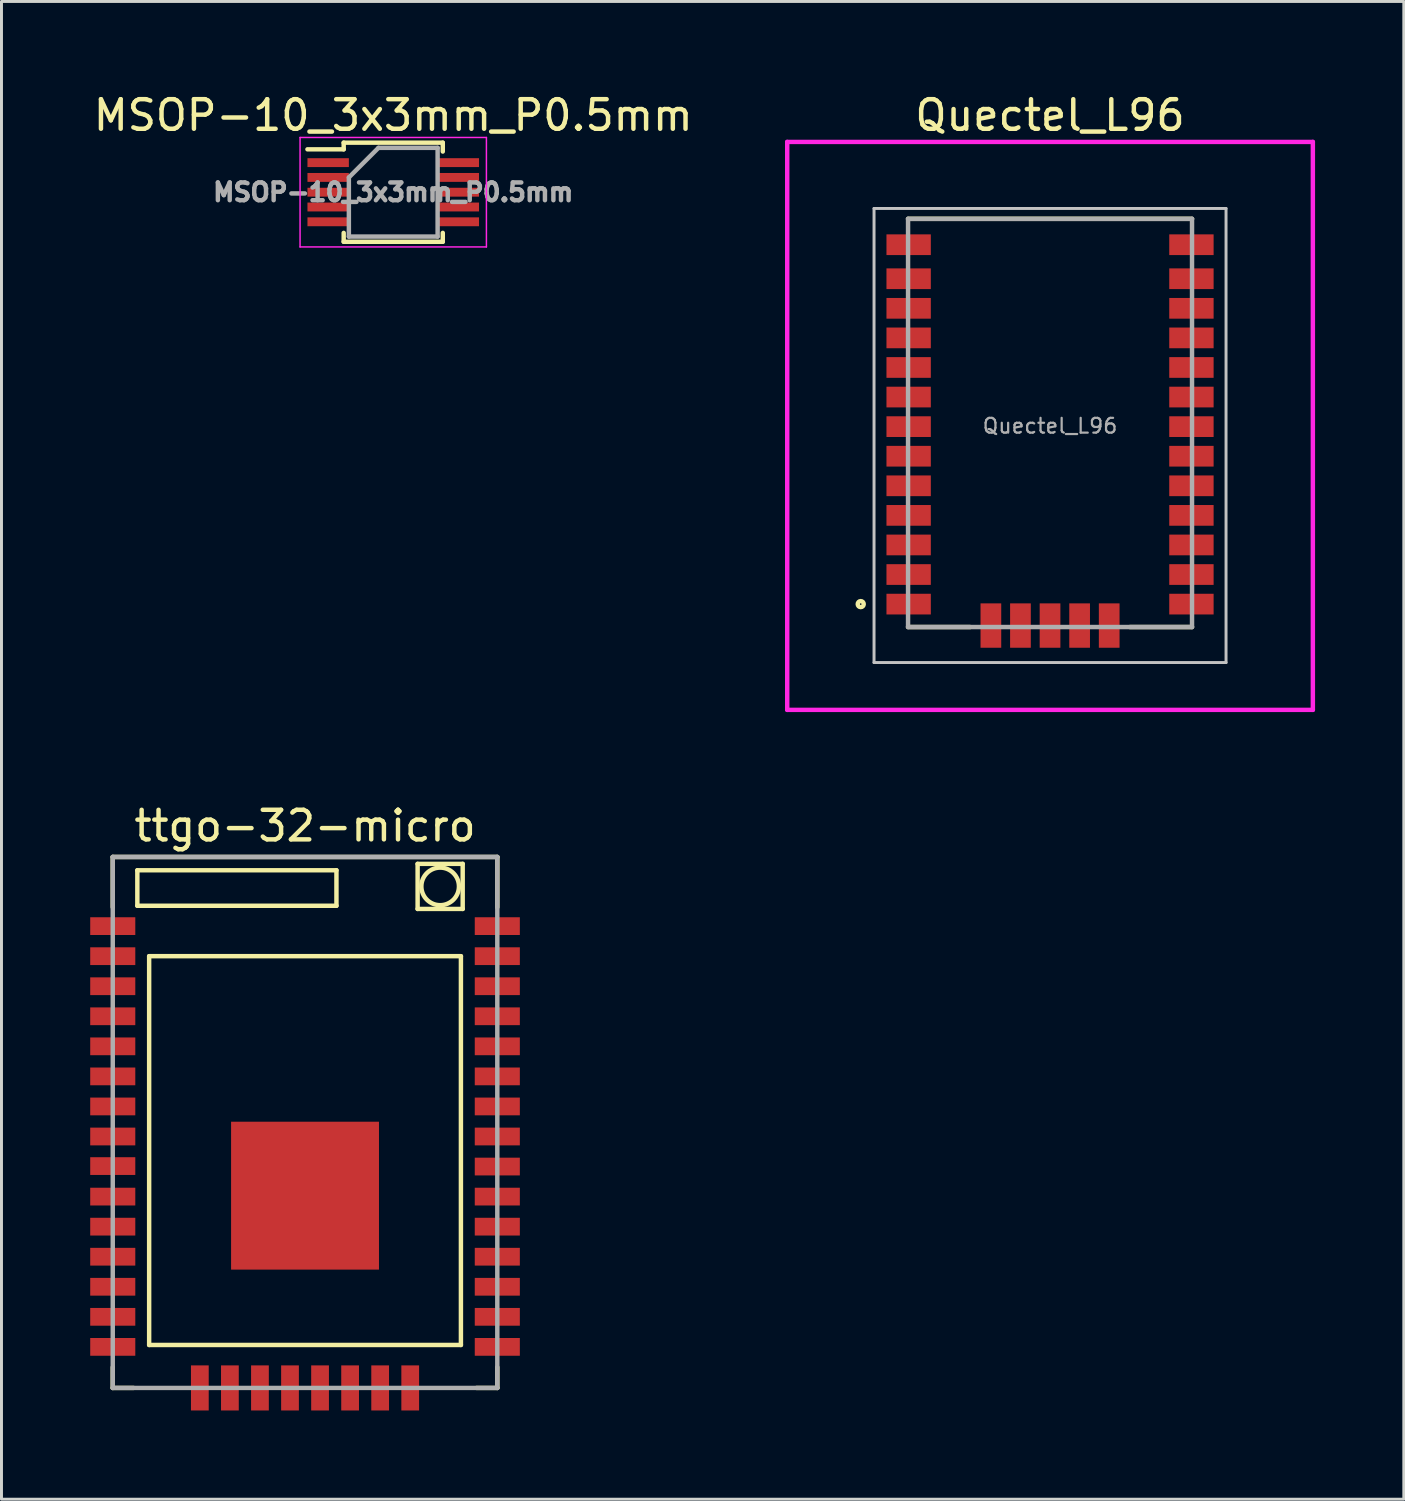
<source format=kicad_pcb>
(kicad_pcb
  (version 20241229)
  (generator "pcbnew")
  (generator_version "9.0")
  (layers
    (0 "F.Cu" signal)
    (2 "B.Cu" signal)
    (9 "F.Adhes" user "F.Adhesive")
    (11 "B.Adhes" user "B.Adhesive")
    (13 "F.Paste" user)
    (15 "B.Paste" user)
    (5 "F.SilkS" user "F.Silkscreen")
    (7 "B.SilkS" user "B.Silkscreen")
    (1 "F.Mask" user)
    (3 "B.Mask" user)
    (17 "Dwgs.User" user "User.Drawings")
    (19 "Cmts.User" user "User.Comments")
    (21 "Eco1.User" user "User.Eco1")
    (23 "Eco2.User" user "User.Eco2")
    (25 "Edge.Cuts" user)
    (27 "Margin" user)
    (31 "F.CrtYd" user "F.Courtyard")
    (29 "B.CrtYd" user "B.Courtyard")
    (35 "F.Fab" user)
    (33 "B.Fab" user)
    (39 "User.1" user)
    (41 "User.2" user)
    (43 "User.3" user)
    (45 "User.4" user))
  (footprint "ttgo-32-micro"
    (layer "F.Cu")
    (at 7.262 35.371)
    (property "Reference" "ttgo-32-micro" (at 0 -10.5 0) (layer "F.SilkS") (effects (font (size 1 1) (thickness 0.15))))
    (attr through_hole)
    (fp_line (start -6.5 -9.45) (end 6.5 -9.45) (stroke (width 0.15) (type solid)) (layer "F.SilkS"))
    (fp_line (start -6.5 -7.75) (end -6.5 -9.45) (stroke (width 0.15) (type solid)) (layer "F.SilkS"))
    (fp_line (start -6.5 7.8) (end -6.5 8.5) (stroke (width 0.15) (type solid)) (layer "F.SilkS"))
    (fp_line (start -5.8 8.5) (end -6.5 8.5) (stroke (width 0.15) (type solid)) (layer "F.SilkS"))
    (fp_line (start -5.669 -9) (end -5.669 -7.8) (stroke (width 0.15) (type solid)) (layer "F.SilkS"))
    (fp_line (start -5.669 -7.8) (end 1.062 -7.8) (stroke (width 0.15) (type solid)) (layer "F.SilkS"))
    (fp_line (start -5.27 -6.096) (end 5.27 -6.096) (stroke (width 0.15) (type solid)) (layer "F.SilkS"))
    (fp_line (start -5.27 7.048) (end -5.27 -6.096) (stroke (width 0.15) (type solid)) (layer "F.SilkS"))
    (fp_line (start 1.062 -9) (end -5.669 -9) (stroke (width 0.15) (type solid)) (layer "F.SilkS"))
    (fp_line (start 1.062 -7.8) (end 1.062 -9) (stroke (width 0.15) (type solid)) (layer "F.SilkS"))
    (fp_line (start 3.806 -9.217) (end 5.33 -9.217) (stroke (width 0.15) (type solid)) (layer "F.SilkS"))
    (fp_line (start 3.806 -7.693) (end 3.806 -9.217) (stroke (width 0.15) (type solid)) (layer "F.SilkS"))
    (fp_line (start 5.27 -6.096) (end 5.27 7.048) (stroke (width 0.15) (type solid)) (layer "F.SilkS"))
    (fp_line (start 5.27 7.048) (end -5.27 7.048) (stroke (width 0.15) (type solid)) (layer "F.SilkS"))
    (fp_line (start 5.33 -9.217) (end 5.33 -7.693) (stroke (width 0.15) (type solid)) (layer "F.SilkS"))
    (fp_line (start 5.33 -7.693) (end 3.806 -7.693) (stroke (width 0.15) (type solid)) (layer "F.SilkS"))
    (fp_line (start 5.8 8.5) (end 6.5 8.5) (stroke (width 0.15) (type solid)) (layer "F.SilkS"))
    (fp_line (start 6.5 -7.75) (end 6.5 -9.45) (stroke (width 0.15) (type solid)) (layer "F.SilkS"))
    (fp_line (start 6.5 7.8) (end 6.5 8.5) (stroke (width 0.15) (type solid)) (layer "F.SilkS"))
    (fp_circle (center 4.568 -8.455) (end 5.076 -8.074) (stroke (width 0.15) (type solid)) (fill no) (layer "F.SilkS"))
    (fp_poly (pts (xy -0.2 1.8) (xy -2 1.8) (xy -2 0) (xy -0.2 0)) (stroke (width 0.1) (type solid)) (fill yes) (layer "F.Paste"))
    (fp_poly (pts (xy -0.2 4.1) (xy -2 4.1) (xy -2 2.3) (xy -0.2 2.3)) (stroke (width 0.1) (type solid)) (fill yes) (layer "F.Paste"))
    (fp_poly (pts (xy 2.1 1.8) (xy 0.3 1.8) (xy 0.3 0) (xy 2.1 0)) (stroke (width 0.1) (type solid)) (fill yes) (layer "F.Paste"))
    (fp_poly (pts (xy 2.1 4.1) (xy 0.3 4.1) (xy 0.3 2.3) (xy 2.1 2.3)) (stroke (width 0.1) (type solid)) (fill yes) (layer "F.Paste"))
    (fp_line (start -6.5 -9.45) (end -6.5 8.5) (stroke (width 0.15) (type solid)) (layer "F.Fab"))
    (fp_line (start -6.5 -9.45) (end 6.5 -9.45) (stroke (width 0.15) (type solid)) (layer "F.Fab"))
    (fp_line (start -6.5 8.5) (end 6.5 8.5) (stroke (width 0.15) (type solid)) (layer "F.Fab"))
    (fp_line (start 6.5 -9.45) (end 6.5 8.5) (stroke (width 0.15) (type solid)) (layer "F.Fab"))
    (pad "1" smd rect (at -6.5 -7.112) (size 1.524 0.6) (layers "F.Cu" "F.Mask" "F.Paste"))
    (pad "2" smd rect (at -6.5 -6.096) (size 1.524 0.6) (layers "F.Cu" "F.Mask" "F.Paste"))
    (pad "3" smd rect (at -6.5 -5.08) (size 1.524 0.6) (layers "F.Cu" "F.Mask" "F.Paste"))
    (pad "4" smd rect (at -6.5 -4.064) (size 1.524 0.6) (layers "F.Cu" "F.Mask" "F.Paste"))
    (pad "5" smd rect (at -6.5 -3.048) (size 1.524 0.6) (layers "F.Cu" "F.Mask" "F.Paste"))
    (pad "6" smd rect (at -6.5 -2.032) (size 1.524 0.6) (layers "F.Cu" "F.Mask" "F.Paste"))
    (pad "7" smd rect (at -6.5 -1.016) (size 1.524 0.6) (layers "F.Cu" "F.Mask" "F.Paste"))
    (pad "8" smd rect (at -6.5 0) (size 1.524 0.6) (layers "F.Cu" "F.Mask" "F.Paste"))
    (pad "9" smd rect (at -6.5 1) (size 1.524 0.6) (layers "F.Cu" "F.Mask" "F.Paste"))
    (pad "10" smd rect (at -6.5 2.032) (size 1.524 0.6) (layers "F.Cu" "F.Mask" "F.Paste"))
    (pad "11" smd rect (at -6.5 3.048) (size 1.524 0.6) (layers "F.Cu" "F.Mask" "F.Paste"))
    (pad "12" smd rect (at -6.5 4.064) (size 1.524 0.6) (layers "F.Cu" "F.Mask" "F.Paste"))
    (pad "13" smd rect (at -6.5 5.08) (size 1.524 0.6) (layers "F.Cu" "F.Mask" "F.Paste"))
    (pad "14" smd rect (at -6.5 6.096) (size 1.524 0.6) (layers "F.Cu" "F.Mask" "F.Paste"))
    (pad "15" smd rect (at -6.5 7.112) (size 1.524 0.6) (layers "F.Cu" "F.Mask" "F.Paste"))
    (pad "16" smd rect (at -3.556 8.5 90) (size 1.524 0.6) (layers "F.Cu" "F.Mask" "F.Paste"))
    (pad "17" smd rect (at -2.54 8.5 90) (size 1.524 0.6) (layers "F.Cu" "F.Mask" "F.Paste"))
    (pad "18" smd rect (at -1.524 8.5 90) (size 1.524 0.6) (layers "F.Cu" "F.Mask" "F.Paste"))
    (pad "19" smd rect (at -0.508 8.5 90) (size 1.524 0.6) (layers "F.Cu" "F.Mask" "F.Paste"))
    (pad "20" smd rect (at 0.508 8.5 90) (size 1.524 0.6) (layers "F.Cu" "F.Mask" "F.Paste"))
    (pad "21" smd rect (at 1.524 8.5 90) (size 1.524 0.6) (layers "F.Cu" "F.Mask" "F.Paste"))
    (pad "22" smd rect (at 2.54 8.5 90) (size 1.524 0.6) (layers "F.Cu" "F.Mask" "F.Paste"))
    (pad "23" smd rect (at 3.556 8.5 90) (size 1.524 0.6) (layers "F.Cu" "F.Mask" "F.Paste"))
    (pad "24" smd rect (at 6.5 7.112) (size 1.524 0.6) (layers "F.Cu" "F.Mask" "F.Paste"))
    (pad "25" smd rect (at 6.5 6.096) (size 1.524 0.6) (layers "F.Cu" "F.Mask" "F.Paste"))
    (pad "26" smd rect (at 6.5 5.08) (size 1.524 0.6) (layers "F.Cu" "F.Mask" "F.Paste"))
    (pad "27" smd rect (at 6.5 4.064) (size 1.524 0.6) (layers "F.Cu" "F.Mask" "F.Paste"))
    (pad "28" smd rect (at 6.5 3.048) (size 1.524 0.6) (layers "F.Cu" "F.Mask" "F.Paste"))
    (pad "29" smd rect (at 6.5 2.032) (size 1.524 0.6) (layers "F.Cu" "F.Mask" "F.Paste"))
    (pad "30" smd rect (at 6.5 1.016) (size 1.524 0.6) (layers "F.Cu" "F.Mask" "F.Paste"))
    (pad "31" smd rect (at 6.5 0) (size 1.524 0.6) (layers "F.Cu" "F.Mask" "F.Paste"))
    (pad "32" smd rect (at 6.5 -1.016) (size 1.524 0.6) (layers "F.Cu" "F.Mask" "F.Paste"))
    (pad "33" smd rect (at 6.5 -2.032) (size 1.524 0.6) (layers "F.Cu" "F.Mask" "F.Paste"))
    (pad "34" smd rect (at 6.5 -3.048) (size 1.524 0.6) (layers "F.Cu" "F.Mask" "F.Paste"))
    (pad "35" smd rect (at 6.5 -4.064) (size 1.524 0.6) (layers "F.Cu" "F.Mask" "F.Paste"))
    (pad "36" smd rect (at 6.5 -5.08) (size 1.524 0.6) (layers "F.Cu" "F.Mask" "F.Paste"))
    (pad "37" smd rect (at 6.5 -6.096) (size 1.524 0.6) (layers "F.Cu" "F.Mask" "F.Paste"))
    (pad "38" smd rect (at 6.5 -7.112) (size 1.524 0.6) (layers "F.Cu" "F.Mask" "F.Paste"))
    (pad "EP" smd rect (at 0 2) (size 5 5) (layers "F.Cu" "F.Mask")))
  (footprint "MSOP-10_3x3mm_P0.5mm"
    (layer "F.Cu")
    (at 10.244 3.448)
    (property "Reference" "MSOP-10_3x3mm_P0.5mm" (at 0 -2.6 0) (layer "F.SilkS") (effects (font (size 1 1) (thickness 0.15))))
    (attr smd)
    (fp_line (start -1.675 -1.675) (end -1.675 -1.45) (stroke (width 0.15) (type solid)) (layer "F.SilkS"))
    (fp_line (start -1.675 -1.675) (end 1.675 -1.675) (stroke (width 0.15) (type solid)) (layer "F.SilkS"))
    (fp_line (start -1.675 -1.45) (end -2.9 -1.45) (stroke (width 0.15) (type solid)) (layer "F.SilkS"))
    (fp_line (start -1.675 1.675) (end -1.675 1.375) (stroke (width 0.15) (type solid)) (layer "F.SilkS"))
    (fp_line (start -1.675 1.675) (end 1.675 1.675) (stroke (width 0.15) (type solid)) (layer "F.SilkS"))
    (fp_line (start 1.675 -1.675) (end 1.675 -1.375) (stroke (width 0.15) (type solid)) (layer "F.SilkS"))
    (fp_line (start 1.675 1.675) (end 1.675 1.375) (stroke (width 0.15) (type solid)) (layer "F.SilkS"))
    (fp_line (start -3.15 -1.85) (end -3.15 1.85) (stroke (width 0.05) (type solid)) (layer "F.CrtYd"))
    (fp_line (start -3.15 -1.85) (end 3.15 -1.85) (stroke (width 0.05) (type solid)) (layer "F.CrtYd"))
    (fp_line (start -3.15 1.85) (end 3.15 1.85) (stroke (width 0.05) (type solid)) (layer "F.CrtYd"))
    (fp_line (start 3.15 -1.85) (end 3.15 1.85) (stroke (width 0.05) (type solid)) (layer "F.CrtYd"))
    (fp_line (start -1.5 -0.5) (end -0.5 -1.5) (stroke (width 0.15) (type solid)) (layer "F.Fab"))
    (fp_line (start -1.5 1.5) (end -1.5 -0.5) (stroke (width 0.15) (type solid)) (layer "F.Fab"))
    (fp_line (start -0.5 -1.5) (end 1.5 -1.5) (stroke (width 0.15) (type solid)) (layer "F.Fab"))
    (fp_line (start 1.5 -1.5) (end 1.5 1.5) (stroke (width 0.15) (type solid)) (layer "F.Fab"))
    (fp_line (start 1.5 1.5) (end -1.5 1.5) (stroke (width 0.15) (type solid)) (layer "F.Fab"))
    (fp_text user "${REFERENCE}" (at 0 0 0) (layer "F.Fab") (effects (font (size 0.6 0.6) (thickness 0.15))))
    (pad "1" smd rect (at -2.2 -1) (size 1.4 0.3) (layers "F.Cu" "F.Mask" "F.Paste"))
    (pad "2" smd rect (at -2.2 -0.5) (size 1.4 0.3) (layers "F.Cu" "F.Mask" "F.Paste"))
    (pad "3" smd rect (at -2.2 0) (size 1.4 0.3) (layers "F.Cu" "F.Mask" "F.Paste"))
    (pad "4" smd rect (at -2.2 0.5) (size 1.4 0.3) (layers "F.Cu" "F.Mask" "F.Paste"))
    (pad "5" smd rect (at -2.2 1) (size 1.4 0.3) (layers "F.Cu" "F.Mask" "F.Paste"))
    (pad "6" smd rect (at 2.2 1) (size 1.4 0.3) (layers "F.Cu" "F.Mask" "F.Paste"))
    (pad "7" smd rect (at 2.2 0.5) (size 1.4 0.3) (layers "F.Cu" "F.Mask" "F.Paste"))
    (pad "8" smd rect (at 2.2 0) (size 1.4 0.3) (layers "F.Cu" "F.Mask" "F.Paste"))
    (pad "9" smd rect (at 2.2 -0.5) (size 1.4 0.3) (layers "F.Cu" "F.Mask" "F.Paste"))
    (pad "10" smd rect (at 2.2 -1) (size 1.4 0.3) (layers "F.Cu" "F.Mask" "F.Paste")))
  (footprint "Quectel_L96"
    (layer "F.Cu")
    (at 32.448 11.348)
    (property "Reference" "Quectel_L96" (at 0 -10.5 0) (layer "F.SilkS") (effects (font (size 1 1) (thickness 0.15))))
    (attr smd)
    (fp_line (start -4.8 -7) (end 4.8 -7) (stroke (width 0.15) (type solid)) (layer "F.SilkS"))
    (fp_line (start -4.8 6.8) (end -2.7 6.8) (stroke (width 0.15) (type solid)) (layer "F.SilkS"))
    (fp_line (start 2.7 6.8) (end 4.8 6.8) (stroke (width 0.15) (type solid)) (layer "F.SilkS"))
    (fp_circle (center -6.4 6.025) (end -6.298 6.025) (stroke (width 0.15) (type solid)) (fill no) (layer "F.SilkS"))
    (fp_line (start -5.95 -7.35) (end 5.95 -7.35) (stroke (width 0.1) (type solid)) (layer "Dwgs.User"))
    (fp_line (start -5.95 8) (end -5.95 -7.35) (stroke (width 0.1) (type solid)) (layer "Dwgs.User"))
    (fp_line (start -5.95 8) (end 5.95 8) (stroke (width 0.1) (type solid)) (layer "Dwgs.User"))
    (fp_line (start 5.95 8) (end 5.95 -7.35) (stroke (width 0.1) (type solid)) (layer "Dwgs.User"))
    (fp_line (start -8.885 -9.6) (end 8.885 -9.6) (stroke (width 0.15) (type solid)) (layer "F.CrtYd"))
    (fp_line (start -8.885 9.6) (end -8.885 -9.6) (stroke (width 0.15) (type solid)) (layer "F.CrtYd"))
    (fp_line (start -8.885 9.6) (end 8.885 9.6) (stroke (width 0.15) (type solid)) (layer "F.CrtYd"))
    (fp_line (start 8.885 9.6) (end 8.885 -9.6) (stroke (width 0.15) (type solid)) (layer "F.CrtYd"))
    (fp_line (start -4.8 -7) (end 4.8 -7) (stroke (width 0.15) (type solid)) (layer "F.Fab"))
    (fp_line (start -4.8 6.8) (end -4.8 -7) (stroke (width 0.15) (type solid)) (layer "F.Fab"))
    (fp_line (start -4.8 6.8) (end 4.8 6.8) (stroke (width 0.15) (type solid)) (layer "F.Fab"))
    (fp_line (start 4.8 6.8) (end 4.8 -7) (stroke (width 0.15) (type solid)) (layer "F.Fab"))
    (fp_text user "${REFERENCE}" (at 0 0 0) (layer "F.Fab") (effects (font (size 0.5 0.5) (thickness 0.075))))
    (pad "1" smd rect (at 4.78 6.025 180) (size 1.5 0.7) (layers "F.Cu" "F.Mask" "F.Paste"))
    (pad "2" smd rect (at 4.78 5.025 180) (size 1.5 0.7) (layers "F.Cu" "F.Mask" "F.Paste"))
    (pad "3" smd rect (at 4.78 4.025 180) (size 1.5 0.7) (layers "F.Cu" "F.Mask" "F.Paste"))
    (pad "4" smd rect (at 4.78 3.025 180) (size 1.5 0.7) (layers "F.Cu" "F.Mask" "F.Paste"))
    (pad "5" smd rect (at 4.78 2.025 180) (size 1.5 0.7) (layers "F.Cu" "F.Mask" "F.Paste"))
    (pad "6" smd rect (at 4.78 1.025 180) (size 1.5 0.7) (layers "F.Cu" "F.Mask" "F.Paste"))
    (pad "7" smd rect (at 4.78 0.025 180) (size 1.5 0.7) (layers "F.Cu" "F.Mask" "F.Paste"))
    (pad "8" smd rect (at 4.78 -0.975 180) (size 1.5 0.7) (layers "F.Cu" "F.Mask" "F.Paste"))
    (pad "9" smd rect (at 4.78 -1.975 180) (size 1.5 0.7) (layers "F.Cu" "F.Mask" "F.Paste"))
    (pad "10" smd rect (at 4.78 -2.975 180) (size 1.5 0.7) (layers "F.Cu" "F.Mask" "F.Paste"))
    (pad "11" smd rect (at 4.78 -3.975 180) (size 1.5 0.7) (layers "F.Cu" "F.Mask" "F.Paste"))
    (pad "12" smd rect (at 4.78 -4.975 180) (size 1.5 0.7) (layers "F.Cu" "F.Mask" "F.Paste"))
    (pad "13" smd rect (at 4.78 -6.125 180) (size 1.5 0.7) (layers "F.Cu" "F.Mask" "F.Paste"))
    (pad "14" smd rect (at -4.78 -6.125 180) (size 1.5 0.7) (layers "F.Cu" "F.Mask" "F.Paste"))
    (pad "15" smd rect (at -4.78 -4.975 180) (size 1.5 0.7) (layers "F.Cu" "F.Mask" "F.Paste"))
    (pad "16" smd rect (at -4.78 -3.975 180) (size 1.5 0.7) (layers "F.Cu" "F.Mask" "F.Paste"))
    (pad "17" smd rect (at -4.78 -2.975 180) (size 1.5 0.7) (layers "F.Cu" "F.Mask" "F.Paste"))
    (pad "18" smd rect (at -4.78 -1.975 180) (size 1.5 0.7) (layers "F.Cu" "F.Mask" "F.Paste"))
    (pad "19" smd rect (at -4.78 -0.975 180) (size 1.5 0.7) (layers "F.Cu" "F.Mask" "F.Paste"))
    (pad "20" smd rect (at -4.78 0.025 180) (size 1.5 0.7) (layers "F.Cu" "F.Mask" "F.Paste"))
    (pad "21" smd rect (at -4.78 1.025 180) (size 1.5 0.7) (layers "F.Cu" "F.Mask" "F.Paste"))
    (pad "22" smd rect (at -4.78 2.025 180) (size 1.5 0.7) (layers "F.Cu" "F.Mask" "F.Paste"))
    (pad "23" smd rect (at -4.78 3.025 180) (size 1.5 0.7) (layers "F.Cu" "F.Mask" "F.Paste"))
    (pad "24" smd rect (at -4.78 4.025 180) (size 1.5 0.7) (layers "F.Cu" "F.Mask" "F.Paste"))
    (pad "25" smd rect (at -4.78 5.025 180) (size 1.5 0.7) (layers "F.Cu" "F.Mask" "F.Paste"))
    (pad "26" smd rect (at -4.78 6.025 180) (size 1.5 0.7) (layers "F.Cu" "F.Mask" "F.Paste"))
    (pad "27" smd rect (at -2 6.75 90) (size 1.5 0.7) (layers "F.Cu" "F.Mask" "F.Paste"))
    (pad "28" smd rect (at -1 6.75 90) (size 1.5 0.7) (layers "F.Cu" "F.Mask" "F.Paste"))
    (pad "29" smd rect (at 0 6.75 90) (size 1.5 0.7) (layers "F.Cu" "F.Mask" "F.Paste"))
    (pad "30" smd rect (at 1 6.75 90) (size 1.5 0.7) (layers "F.Cu" "F.Mask" "F.Paste"))
    (pad "31" smd rect (at 2 6.75 90) (size 1.5 0.7) (layers "F.Cu" "F.Mask" "F.Paste")))
  (gr_rect
    (start -3 -3)
    (end 44.408 47.633)
    (stroke (width 0.1) (type default))
    (fill no)
    (layer "Edge.Cuts")))
</source>
